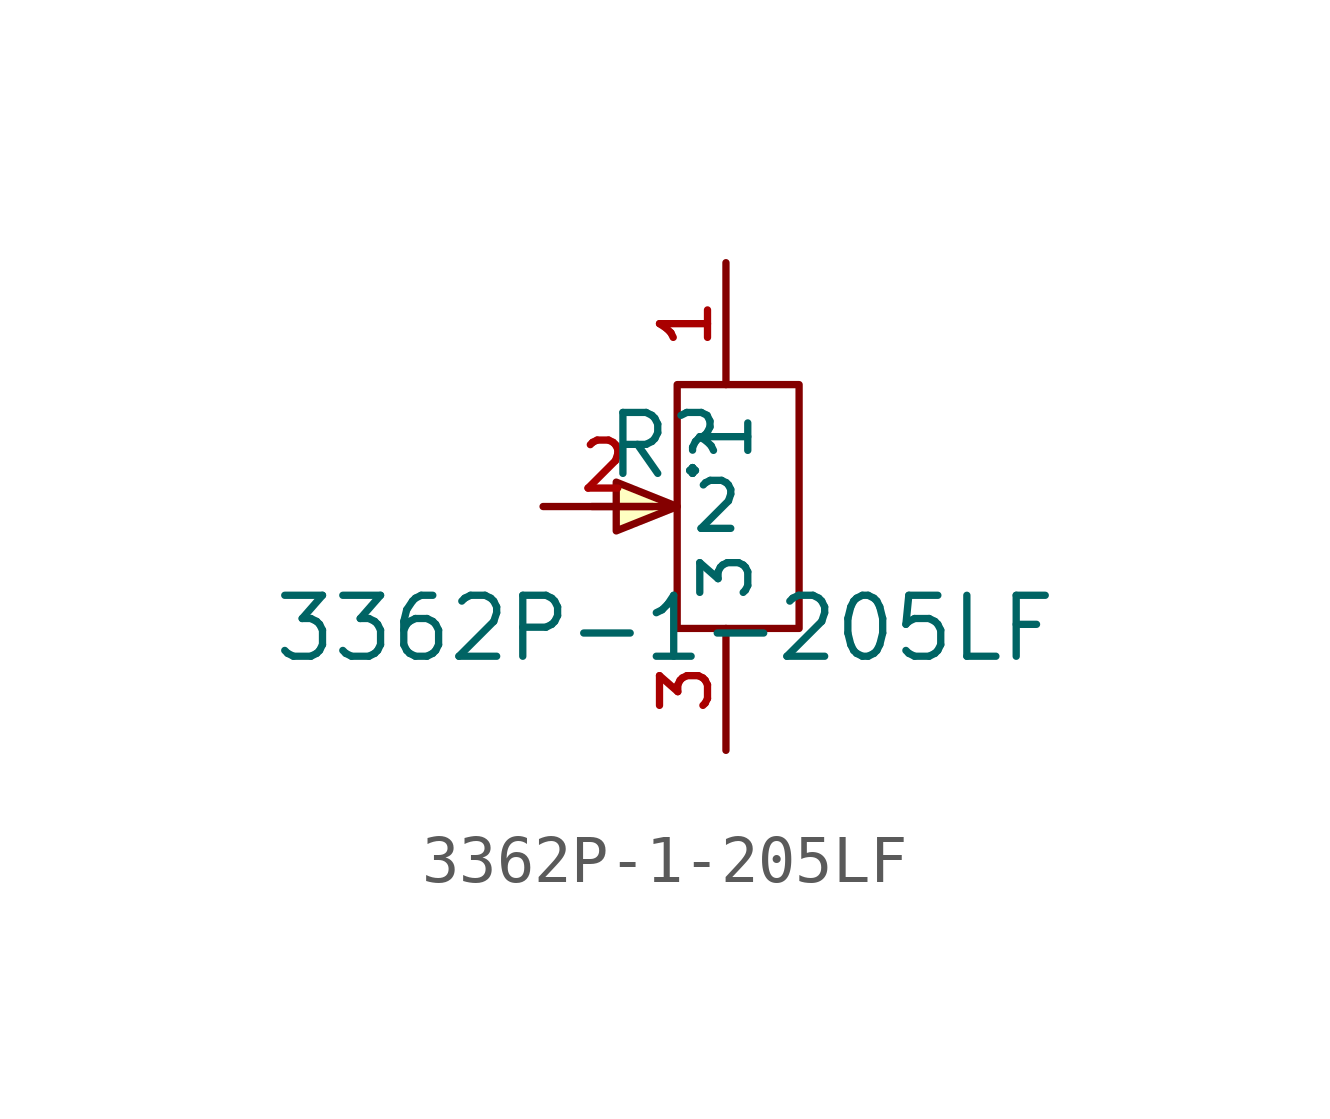
<source format=kicad_sym>
(kicad_symbol_lib
  (version 20210201)
  (generator TousstNicolas/JLC2KiCad_lib)
  (symbol "3362P-1-205LF"
    (property "Reference" "R"
      (at 0 1.27 0)
      (effects (font (size 1.27 1.27))))
    (property "Value" "3362P-1-205LF"
      (at 0 -2.54 0)
      (effects (font (size 1.27 1.27))))
    (symbol "3362P-1-205LF_0_1"
      (pin input line (at 1.27 5.08 270) (length 2.54) (name "1" (effects (font (size 1 1)))) (number "1" (effects (font (size 1 1)))))
      (polyline (pts (xy 0.254 -2.54) (xy 0.254 2.54) (xy 2.794 2.54) (xy 2.794 -2.54) (xy 0.254 -2.54)) (stroke (width 0) (type default) (color 0 0 0 0)) (fill (type none)))
      (pin input line (at -2.54 -0.0 0) (length 2.54) (name "2" (effects (font (size 1 1)))) (number "2" (effects (font (size 1 1)))))
      (pin input line (at 1.27 -5.08 90) (length 2.54) (name "3" (effects (font (size 1 1)))) (number "3" (effects (font (size 1 1)))))
      (polyline (pts (xy -0.254 -0.0) (xy -1.524 -0.0)) (stroke (width 0) (type default) (color 0 0 0 0)) (fill (type none)))
      (polyline (pts (xy 0.254 -0.0) (xy -1.016 -0.508) (xy -1.016 0.508) (xy 0.254 -0.0)) (stroke (width 0) (type default) (color 0 0 0 0)) (fill (type background))))))
</source>
